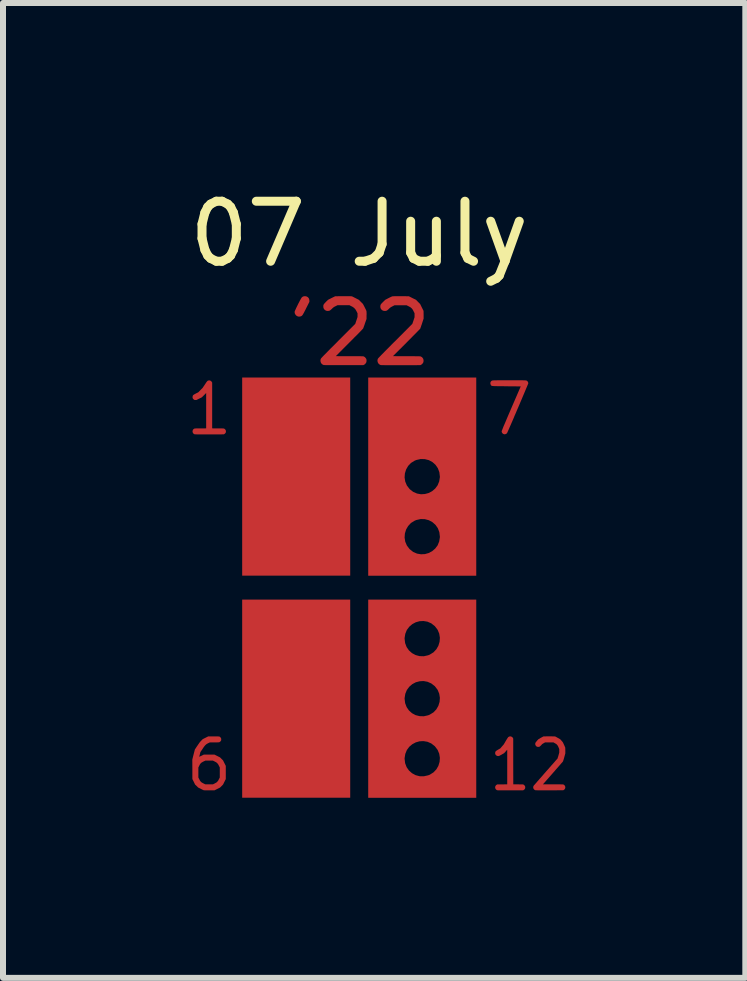
<source format=kicad_pcb>
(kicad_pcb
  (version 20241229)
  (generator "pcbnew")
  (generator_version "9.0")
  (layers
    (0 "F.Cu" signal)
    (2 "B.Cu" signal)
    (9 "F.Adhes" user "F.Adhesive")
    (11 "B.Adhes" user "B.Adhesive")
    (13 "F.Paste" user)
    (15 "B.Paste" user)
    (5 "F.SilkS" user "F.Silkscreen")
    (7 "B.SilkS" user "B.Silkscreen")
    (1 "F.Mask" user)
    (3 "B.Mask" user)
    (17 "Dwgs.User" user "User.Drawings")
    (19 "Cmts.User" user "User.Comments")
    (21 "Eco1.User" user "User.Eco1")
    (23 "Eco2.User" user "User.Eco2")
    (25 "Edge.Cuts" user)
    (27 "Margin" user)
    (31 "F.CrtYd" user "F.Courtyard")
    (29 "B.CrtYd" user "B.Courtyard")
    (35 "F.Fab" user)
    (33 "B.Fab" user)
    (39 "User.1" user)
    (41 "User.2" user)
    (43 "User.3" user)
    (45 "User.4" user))
  (footprint "07 July"
    (layer "F.Cu")
    (at 2.935 6.741)
    (property "Reference" "07 July" (at 0 -5.893 0) (unlocked yes) (layer "F.SilkS") (effects (font (size 1 1) (thickness 0.15))))
    (attr smd)
    (pad "1" smd custom (at -2.718 2.996) (size 0.01 0.01) (layers "F.Cu" "F.Mask" "F.Paste") (options (anchor circle)) (primitives (gr_poly (pts (xy 0.312 -0.518) (xy 0.329 -0.518) (xy 0.342 -0.518) (xy 0.354 -0.518) (xy 0.363 -0.517) (xy 0.37 -0.517) (xy 0.376 -0.517) (xy 0.38 -0.517) (xy 0.383 -0.516) (xy 0.385 -0.516) (xy 0.387 -0.515) (xy 0.389 -0.515) (xy 0.39 -0.514) (xy 0.399 -0.508) (xy 0.408 -0.5) (xy 0.414 -0.49) (xy 0.415 -0.489) (xy 0.417 -0.484) (xy 0.418 -0.479) (xy 0.419 -0.472) (xy 0.419 -0.468) (xy 0.418 -0.46) (xy 0.418 -0.454) (xy 0.416 -0.449) (xy 0.415 -0.447) (xy 0.408 -0.437) (xy 0.4 -0.429) (xy 0.391 -0.423) (xy 0.39 -0.422) (xy 0.388 -0.421) (xy 0.386 -0.421) (xy 0.384 -0.42) (xy 0.381 -0.42) (xy 0.376 -0.419) (xy 0.371 -0.419) (xy 0.364 -0.419) (xy 0.355 -0.418) (xy 0.344 -0.418) (xy 0.33 -0.418) (xy 0.313 -0.418) (xy 0.305 -0.418) (xy 0.227 -0.417) (xy 0.199 -0.403) (xy 0.189 -0.398) (xy 0.182 -0.394) (xy 0.176 -0.39) (xy 0.171 -0.387) (xy 0.167 -0.383) (xy 0.162 -0.379) (xy 0.157 -0.374) (xy 0.155 -0.372) (xy 0.15 -0.367) (xy 0.145 -0.362) (xy 0.141 -0.356) (xy 0.135 -0.349) (xy 0.129 -0.341) (xy 0.122 -0.331) (xy 0.114 -0.319) (xy 0.106 -0.306) (xy 0.072 -0.257) (xy 0.063 -0.219) (xy 0.06 -0.208) (xy 0.057 -0.198) (xy 0.055 -0.19) (xy 0.054 -0.184) (xy 0.053 -0.18) (xy 0.053 -0.179) (xy 0.054 -0.179) (xy 0.058 -0.18) (xy 0.064 -0.183) (xy 0.072 -0.187) (xy 0.081 -0.191) (xy 0.09 -0.195) (xy 0.128 -0.214) (xy 0.307 -0.214) (xy 0.399 -0.168) (xy 0.424 -0.143) (xy 0.449 -0.118) (xy 0.472 -0.072) (xy 0.495 -0.026) (xy 0.495 0.193) (xy 0.472 0.239) (xy 0.449 0.285) (xy 0.424 0.31) (xy 0.399 0.335) (xy 0.353 0.358) (xy 0.307 0.381) (xy 0.22 0.381) (xy 0.199 0.381) (xy 0.182 0.381) (xy 0.168 0.381) (xy 0.156 0.381) (xy 0.146 0.381) (xy 0.138 0.38) (xy 0.133 0.38) (xy 0.129 0.38) (xy 0.127 0.379) (xy 0.126 0.379) (xy 0.123 0.378) (xy 0.118 0.375) (xy 0.11 0.372) (xy 0.1 0.367) (xy 0.09 0.362) (xy 0.079 0.356) (xy 0.077 0.355) (xy 0.034 0.334) (xy 0.009 0.309) (xy -0.017 0.284) (xy -0.039 0.238) (xy -0.062 0.193) (xy -0.062 0.167) (xy 0.038 0.167) (xy 0.053 0.196) (xy 0.058 0.206) (xy 0.062 0.214) (xy 0.065 0.22) (xy 0.069 0.225) (xy 0.072 0.229) (xy 0.076 0.233) (xy 0.08 0.238) (xy 0.08 0.238) (xy 0.085 0.243) (xy 0.089 0.246) (xy 0.094 0.25) (xy 0.099 0.253) (xy 0.106 0.257) (xy 0.114 0.261) (xy 0.123 0.266) (xy 0.153 0.281) (xy 0.217 0.281) (xy 0.281 0.281) (xy 0.309 0.267) (xy 0.319 0.261) (xy 0.327 0.257) (xy 0.333 0.254) (xy 0.338 0.251) (xy 0.343 0.247) (xy 0.347 0.243) (xy 0.351 0.239) (xy 0.356 0.234) (xy 0.36 0.23) (xy 0.363 0.226) (xy 0.367 0.221) (xy 0.37 0.216) (xy 0.374 0.208) (xy 0.379 0.198) (xy 0.38 0.196) (xy 0.395 0.167) (xy 0.395 0) (xy 0.38 -0.029) (xy 0.375 -0.039) (xy 0.371 -0.047) (xy 0.367 -0.053) (xy 0.364 -0.058) (xy 0.361 -0.062) (xy 0.357 -0.066) (xy 0.353 -0.071) (xy 0.351 -0.072) (xy 0.346 -0.077) (xy 0.342 -0.081) (xy 0.337 -0.084) (xy 0.332 -0.088) (xy 0.326 -0.091) (xy 0.318 -0.095) (xy 0.309 -0.1) (xy 0.281 -0.114) (xy 0.154 -0.114) (xy 0.123 -0.099) (xy 0.113 -0.094) (xy 0.105 -0.089) (xy 0.099 -0.086) (xy 0.093 -0.083) (xy 0.089 -0.079) (xy 0.085 -0.076) (xy 0.08 -0.071) (xy 0.076 -0.067) (xy 0.072 -0.063) (xy 0.069 -0.059) (xy 0.066 -0.054) (xy 0.062 -0.048) (xy 0.058 -0.04) (xy 0.053 -0.03) (xy 0.053 -0.029) (xy 0.038 0) (xy 0.038 0.167) (xy -0.062 0.167) (xy -0.062 0.031) (xy -0.063 -0.132) (xy -0.042 -0.215) (xy -0.038 -0.231) (xy -0.034 -0.246) (xy -0.03 -0.261) (xy -0.027 -0.273) (xy -0.024 -0.284) (xy -0.022 -0.293) (xy -0.02 -0.299) (xy -0.019 -0.302) (xy -0.018 -0.303) (xy -0.017 -0.305) (xy -0.014 -0.31) (xy -0.009 -0.316) (xy -0.003 -0.325) (xy 0.003 -0.335) (xy 0.011 -0.347) (xy 0.019 -0.359) (xy 0.025 -0.367) (xy 0.034 -0.381) (xy 0.043 -0.393) (xy 0.049 -0.403) (xy 0.055 -0.411) (xy 0.06 -0.418) (xy 0.064 -0.423) (xy 0.069 -0.428) (xy 0.073 -0.433) (xy 0.077 -0.438) (xy 0.082 -0.442) (xy 0.087 -0.448) (xy 0.088 -0.449) (xy 0.111 -0.472) (xy 0.157 -0.495) (xy 0.203 -0.518) (xy 0.293 -0.518)) (width 0) (fill yes))))
    (pad "1" smd custom (at -2.515 -2.794) (size 0.01 0.01) (layers "F.Cu" "F.Mask" "F.Paste") (options (anchor circle)) (primitives (gr_poly (pts (xy 0.025 -0.658) (xy 0.037 -0.654) (xy 0.047 -0.647) (xy 0.055 -0.639) (xy 0.061 -0.629) (xy 0.065 -0.622) (xy 0.065 0.14) (xy 0.161 0.141) (xy 0.182 0.141) (xy 0.199 0.141) (xy 0.213 0.141) (xy 0.225 0.141) (xy 0.235 0.141) (xy 0.243 0.142) (xy 0.249 0.142) (xy 0.253 0.142) (xy 0.257 0.143) (xy 0.26 0.143) (xy 0.262 0.144) (xy 0.264 0.144) (xy 0.265 0.145) (xy 0.275 0.151) (xy 0.283 0.159) (xy 0.289 0.169) (xy 0.29 0.17) (xy 0.292 0.175) (xy 0.293 0.18) (xy 0.294 0.187) (xy 0.294 0.191) (xy 0.294 0.199) (xy 0.293 0.205) (xy 0.291 0.21) (xy 0.29 0.212) (xy 0.283 0.222) (xy 0.275 0.23) (xy 0.266 0.236) (xy 0.265 0.237) (xy 0.257 0.24) (xy 0.018 0.241) (xy -0.014 0.241) (xy -0.044 0.241) (xy -0.071 0.241) (xy -0.095 0.241) (xy -0.116 0.241) (xy -0.135 0.241) (xy -0.152 0.241) (xy -0.166 0.241) (xy -0.178 0.241) (xy -0.189 0.241) (xy -0.198 0.24) (xy -0.205 0.24) (xy -0.211 0.24) (xy -0.216 0.24) (xy -0.22 0.24) (xy -0.223 0.239) (xy -0.225 0.239) (xy -0.227 0.239) (xy -0.228 0.238) (xy -0.229 0.238) (xy -0.24 0.233) (xy -0.249 0.225) (xy -0.255 0.216) (xy -0.26 0.206) (xy -0.262 0.196) (xy -0.262 0.185) (xy -0.259 0.174) (xy -0.255 0.164) (xy -0.248 0.155) (xy -0.238 0.148) (xy -0.233 0.145) (xy -0.231 0.144) (xy -0.23 0.144) (xy -0.228 0.143) (xy -0.225 0.143) (xy -0.221 0.142) (xy -0.217 0.142) (xy -0.21 0.142) (xy -0.202 0.141) (xy -0.193 0.141) (xy -0.181 0.141) (xy -0.166 0.141) (xy -0.149 0.141) (xy -0.13 0.141) (xy -0.035 0.14) (xy -0.035 -0.449) (xy -0.071 -0.413) (xy -0.107 -0.377) (xy -0.198 -0.332) (xy -0.212 -0.332) (xy -0.22 -0.332) (xy -0.226 -0.333) (xy -0.231 -0.334) (xy -0.234 -0.336) (xy -0.244 -0.343) (xy -0.253 -0.352) (xy -0.258 -0.36) (xy -0.261 -0.369) (xy -0.262 -0.379) (xy -0.261 -0.39) (xy -0.259 -0.399) (xy -0.258 -0.402) (xy -0.256 -0.407) (xy -0.253 -0.411) (xy -0.249 -0.415) (xy -0.244 -0.419) (xy -0.238 -0.424) (xy -0.229 -0.428) (xy -0.219 -0.434) (xy -0.206 -0.441) (xy -0.204 -0.442) (xy -0.166 -0.461) (xy -0.131 -0.497) (xy -0.095 -0.533) (xy -0.058 -0.588) (xy -0.048 -0.603) (xy -0.04 -0.616) (xy -0.033 -0.626) (xy -0.027 -0.634) (xy -0.022 -0.64) (xy -0.018 -0.645) (xy -0.014 -0.649) (xy -0.011 -0.652) (xy -0.007 -0.654) (xy -0.003 -0.655) (xy 0.001 -0.657) (xy 0.001 -0.657) (xy 0.013 -0.659)) (width 0) (fill yes))))
    (pad "1" smd custom (at -1.448 -0.432) (size 0.01 0.01) (layers "F.Cu" "F.Mask" "F.Paste") (options (anchor circle)) (primitives (gr_poly (pts (xy 1.298 0.232) (xy -0.502 0.232) (xy -0.502 -3.069) (xy 1.298 -3.069)) (width 0) (fill yes))))
    (pad "1" smd custom (at -1.448 3.268) (size 0.01 0.01) (layers "F.Cu" "F.Mask" "F.Paste") (options (anchor circle)) (primitives (gr_poly (pts (xy 1.298 0.232) (xy -0.502 0.232) (xy -0.502 -3.069) (xy 1.298 -3.069)) (width 0) (fill yes))))
    (pad "1" smd custom (at -0.914 -4.75) (size 0.01 0.01) (layers "F.Cu" "F.Mask" "F.Paste") (options (anchor circle)) (primitives (gr_poly (pts (xy 0.028 -0.104) (xy 0.043 -0.099) (xy 0.057 -0.09) (xy 0.063 -0.085) (xy 0.074 -0.071) (xy 0.08 -0.057) (xy 0.083 -0.04) (xy 0.084 -0.031) (xy 0.084 -0.012) (xy 0.03 0.095) (xy 0.017 0.122) (xy 0.005 0.144) (xy -0.004 0.163) (xy -0.013 0.178) (xy -0.02 0.191) (xy -0.026 0.201) (xy -0.031 0.208) (xy -0.036 0.214) (xy -0.04 0.219) (xy -0.045 0.222) (xy -0.05 0.225) (xy -0.055 0.228) (xy -0.056 0.228) (xy -0.068 0.232) (xy -0.082 0.234) (xy -0.097 0.234) (xy -0.109 0.231) (xy -0.109 0.231) (xy -0.126 0.223) (xy -0.14 0.212) (xy -0.151 0.197) (xy -0.159 0.181) (xy -0.162 0.163) (xy -0.162 0.152) (xy -0.16 0.146) (xy -0.157 0.137) (xy -0.151 0.124) (xy -0.144 0.109) (xy -0.136 0.091) (xy -0.127 0.072) (xy -0.117 0.052) (xy -0.107 0.031) (xy -0.097 0.011) (xy -0.086 -0.009) (xy -0.077 -0.028) (xy -0.067 -0.045) (xy -0.059 -0.06) (xy -0.052 -0.072) (xy -0.047 -0.08) (xy -0.043 -0.085) (xy -0.031 -0.095) (xy -0.018 -0.102) (xy -0.003 -0.105) (xy 0.01 -0.106)) (width 0) (fill yes))))
    (pad "1" smd custom (at 0.076 -4.572) (size 0.01 0.01) (layers "F.Cu" "F.Mask" "F.Paste") (options (anchor circle)) (primitives (gr_poly (pts (xy -0.263 -0.284) (xy -0.244 -0.284) (xy -0.229 -0.284) (xy -0.218 -0.283) (xy -0.209 -0.283) (xy -0.203 -0.282) (xy -0.199 -0.282) (xy -0.199 -0.282) (xy -0.194 -0.28) (xy -0.185 -0.276) (xy -0.173 -0.27) (xy -0.16 -0.263) (xy -0.145 -0.256) (xy -0.136 -0.251) (xy -0.083 -0.224) (xy -0.014 -0.155) (xy 0.014 -0.102) (xy 0.021 -0.086) (xy 0.029 -0.072) (xy 0.035 -0.059) (xy 0.04 -0.048) (xy 0.043 -0.041) (xy 0.044 -0.039) (xy 0.045 -0.033) (xy 0.046 -0.025) (xy 0.046 -0.014) (xy 0.047 0.001) (xy 0.047 0.021) (xy 0.046 0.033) (xy 0.046 0.095) (xy 0.02 0.168) (xy 0.014 0.187) (xy 0.008 0.204) (xy 0.002 0.22) (xy -0.003 0.233) (xy -0.006 0.243) (xy -0.009 0.25) (xy -0.009 0.251) (xy -0.011 0.254) (xy -0.014 0.258) (xy -0.02 0.264) (xy -0.027 0.272) (xy -0.037 0.283) (xy -0.05 0.296) (xy -0.064 0.311) (xy -0.082 0.329) (xy -0.102 0.35) (xy -0.125 0.373) (xy -0.152 0.399) (xy -0.181 0.429) (xy -0.214 0.462) (xy -0.24 0.488) (xy -0.466 0.715) (xy -0.237 0.716) (xy -0.199 0.716) (xy -0.165 0.716) (xy -0.135 0.716) (xy -0.109 0.716) (xy -0.087 0.716) (xy -0.068 0.716) (xy -0.052 0.716) (xy -0.039 0.717) (xy -0.029 0.717) (xy -0.021 0.717) (xy -0.014 0.718) (xy -0.009 0.718) (xy -0.006 0.719) (xy -0.003 0.719) (xy -0.000429 0.72) (xy 0.002 0.721) (xy 0.003 0.722) (xy 0.017 0.73) (xy 0.029 0.743) (xy 0.039 0.757) (xy 0.04 0.758) (xy 0.043 0.766) (xy 0.045 0.775) (xy 0.046 0.785) (xy 0.046 0.79) (xy 0.045 0.802) (xy 0.044 0.811) (xy 0.041 0.819) (xy 0.04 0.822) (xy 0.03 0.837) (xy 0.018 0.85) (xy 0.004 0.859) (xy 0.003 0.859) (xy -0.009 0.865) (xy -0.334 0.865) (xy -0.381 0.865) (xy -0.423 0.865) (xy -0.461 0.865) (xy -0.495 0.865) (xy -0.524 0.865) (xy -0.55 0.865) (xy -0.573 0.865) (xy -0.592 0.865) (xy -0.609 0.865) (xy -0.623 0.865) (xy -0.635 0.865) (xy -0.644 0.864) (xy -0.652 0.864) (xy -0.658 0.864) (xy -0.662 0.863) (xy -0.666 0.863) (xy -0.669 0.862) (xy -0.671 0.862) (xy -0.672 0.861) (xy -0.689 0.853) (xy -0.702 0.842) (xy -0.713 0.827) (xy -0.719 0.811) (xy -0.722 0.793) (xy -0.721 0.775) (xy -0.715 0.758) (xy -0.714 0.756) (xy -0.712 0.753) (xy -0.708 0.748) (xy -0.703 0.743) (xy -0.697 0.736) (xy -0.689 0.727) (xy -0.679 0.717) (xy -0.667 0.704) (xy -0.653 0.69) (xy -0.637 0.674) (xy -0.618 0.655) (xy -0.597 0.633) (xy -0.573 0.609) (xy -0.547 0.582) (xy -0.517 0.553) (xy -0.484 0.52) (xy -0.448 0.484) (xy -0.426 0.461) (xy -0.142 0.177) (xy -0.104 0.063) (xy -0.104 0.032) (xy -0.104 0.001) (xy -0.12 -0.031) (xy -0.128 -0.045) (xy -0.134 -0.057) (xy -0.141 -0.066) (xy -0.148 -0.074) (xy -0.154 -0.081) (xy -0.162 -0.089) (xy -0.17 -0.095) (xy -0.178 -0.101) (xy -0.187 -0.107) (xy -0.2 -0.114) (xy -0.205 -0.116) (xy -0.239 -0.134) (xy -0.438 -0.134) (xy -0.471 -0.117) (xy -0.484 -0.111) (xy -0.494 -0.105) (xy -0.503 -0.099) (xy -0.511 -0.093) (xy -0.52 -0.085) (xy -0.53 -0.075) (xy -0.544 -0.062) (xy -0.555 -0.053) (xy -0.564 -0.046) (xy -0.574 -0.042) (xy -0.583 -0.04) (xy -0.594 -0.039) (xy -0.6 -0.038) (xy -0.618 -0.04) (xy -0.633 -0.045) (xy -0.647 -0.054) (xy -0.653 -0.059) (xy -0.664 -0.073) (xy -0.671 -0.087) (xy -0.674 -0.104) (xy -0.674 -0.113) (xy -0.674 -0.123) (xy -0.673 -0.133) (xy -0.67 -0.141) (xy -0.666 -0.149) (xy -0.659 -0.158) (xy -0.65 -0.169) (xy -0.638 -0.181) (xy -0.629 -0.191) (xy -0.595 -0.224) (xy -0.536 -0.254) (xy -0.476 -0.283) (xy -0.343 -0.284) (xy -0.312 -0.284) (xy -0.285 -0.284)) (width 0) (fill yes))))
    (pad "1" smd custom (at 0.381 1.016) (size 0.2 0.2) (layers "F.Cu" "F.Mask" "F.Paste") (options (anchor circle)) (primitives (gr_poly (pts (xy 1.569 2.485) (xy -0.231 2.485) (xy -0.231 1.834) (xy 0.375 1.834) (xy 0.384 1.909) (xy 0.409 1.975) (xy 0.448 2.031) (xy 0.499 2.076) (xy 0.558 2.108) (xy 0.625 2.126) (xy 0.695 2.127) (xy 0.767 2.111) (xy 0.794 2.101) (xy 0.856 2.062) (xy 0.904 2.012) (xy 0.938 1.953) (xy 0.958 1.887) (xy 0.963 1.819) (xy 0.952 1.751) (xy 0.925 1.687) (xy 0.881 1.629) (xy 0.878 1.626) (xy 0.82 1.58) (xy 0.756 1.552) (xy 0.69 1.541) (xy 0.625 1.544) (xy 0.561 1.562) (xy 0.503 1.593) (xy 0.453 1.635) (xy 0.413 1.689) (xy 0.387 1.753) (xy 0.375 1.825) (xy 0.375 1.834) (xy -0.231 1.834) (xy -0.231 0.834) (xy 0.375 0.834) (xy 0.384 0.908) (xy 0.409 0.974) (xy 0.448 1.031) (xy 0.499 1.076) (xy 0.558 1.108) (xy 0.625 1.125) (xy 0.695 1.127) (xy 0.767 1.111) (xy 0.794 1.1) (xy 0.856 1.062) (xy 0.904 1.012) (xy 0.938 0.952) (xy 0.958 0.887) (xy 0.963 0.819) (xy 0.952 0.751) (xy 0.925 0.686) (xy 0.881 0.629) (xy 0.878 0.625) (xy 0.82 0.58) (xy 0.756 0.552) (xy 0.69 0.54) (xy 0.625 0.544) (xy 0.561 0.561) (xy 0.503 0.592) (xy 0.453 0.635) (xy 0.413 0.689) (xy 0.387 0.752) (xy 0.375 0.825) (xy 0.375 0.834) (xy -0.231 0.834) (xy -0.231 -0.166) (xy 0.375 -0.166) (xy 0.384 -0.092) (xy 0.409 -0.026) (xy 0.448 0.03) (xy 0.499 0.075) (xy 0.558 0.107) (xy 0.625 0.125) (xy 0.695 0.127) (xy 0.767 0.111) (xy 0.794 0.1) (xy 0.856 0.062) (xy 0.904 0.011) (xy 0.938 -0.048) (xy 0.958 -0.114) (xy 0.963 -0.182) (xy 0.952 -0.25) (xy 0.925 -0.314) (xy 0.881 -0.372) (xy 0.878 -0.375) (xy 0.82 -0.421) (xy 0.756 -0.449) (xy 0.69 -0.46) (xy 0.625 -0.457) (xy 0.561 -0.439) (xy 0.503 -0.408) (xy 0.453 -0.365) (xy 0.413 -0.312) (xy 0.387 -0.248) (xy 0.375 -0.176) (xy 0.375 -0.166) (xy -0.231 -0.166) (xy -0.231 -0.817) (xy 1.569 -0.817)) (width 0) (fill yes))))
    (pad "1" smd custom (at 0.449 -0.508) (size 0.2 0.2) (layers "F.Cu" "F.Mask" "F.Paste") (options (anchor circle)) (primitives (gr_poly (pts (xy -0.299 -2.993) (xy 1.501 -2.993) (xy 1.501 -1.342) (xy 0.895 -1.342) (xy 0.886 -1.416) (xy 0.861 -1.482) (xy 0.822 -1.539) (xy 0.771 -1.584) (xy 0.712 -1.616) (xy 0.645 -1.633) (xy 0.575 -1.635) (xy 0.503 -1.619) (xy 0.476 -1.608) (xy 0.414 -1.57) (xy 0.366 -1.52) (xy 0.332 -1.46) (xy 0.312 -1.395) (xy 0.307 -1.327) (xy 0.318 -1.259) (xy 0.345 -1.194) (xy 0.389 -1.137) (xy 0.392 -1.133) (xy 0.45 -1.088) (xy 0.514 -1.06) (xy 0.58 -1.048) (xy 0.645 -1.052) (xy 0.709 -1.069) (xy 0.767 -1.1) (xy 0.817 -1.143) (xy 0.857 -1.197) (xy 0.883 -1.26) (xy 0.895 -1.333) (xy 0.895 -1.342) (xy 1.501 -1.342) (xy 1.501 -0.342) (xy 0.895 -0.342) (xy 0.886 -0.416) (xy 0.861 -0.482) (xy 0.822 -0.538) (xy 0.771 -0.583) (xy 0.712 -0.615) (xy 0.645 -0.633) (xy 0.575 -0.635) (xy 0.503 -0.619) (xy 0.476 -0.608) (xy 0.414 -0.57) (xy 0.366 -0.519) (xy 0.332 -0.46) (xy 0.312 -0.394) (xy 0.307 -0.326) (xy 0.318 -0.258) (xy 0.345 -0.194) (xy 0.389 -0.136) (xy 0.392 -0.133) (xy 0.45 -0.087) (xy 0.514 -0.059) (xy 0.58 -0.048) (xy 0.645 -0.051) (xy 0.709 -0.069) (xy 0.767 -0.1) (xy 0.817 -0.143) (xy 0.857 -0.196) (xy 0.883 -0.26) (xy 0.895 -0.332) (xy 0.895 -0.342) (xy 1.501 -0.342) (xy 1.501 0.309) (xy -0.299 0.309)) (width 0) (fill yes))))
    (pad "1" smd custom (at 0.965 -4.724) (size 0.01 0.01) (layers "F.Cu" "F.Mask" "F.Paste") (options (anchor circle)) (primitives (gr_poly (pts (xy -0.308 -0.132) (xy -0.277 -0.132) (xy -0.272 -0.132) (xy -0.138 -0.131) (xy -0.079 -0.101) (xy -0.019 -0.072) (xy 0.015 -0.037) (xy 0.05 -0.002) (xy 0.078 0.055) (xy 0.107 0.113) (xy 0.108 0.177) (xy 0.108 0.241) (xy 0.082 0.321) (xy 0.076 0.34) (xy 0.069 0.358) (xy 0.064 0.375) (xy 0.059 0.388) (xy 0.055 0.399) (xy 0.053 0.406) (xy 0.052 0.408) (xy 0.05 0.411) (xy 0.044 0.417) (xy 0.036 0.426) (xy 0.024 0.438) (xy 0.01 0.452) (xy -0.006 0.469) (xy -0.025 0.488) (xy -0.046 0.509) (xy -0.069 0.532) (xy -0.093 0.557) (xy -0.118 0.582) (xy -0.145 0.609) (xy -0.173 0.637) (xy -0.177 0.642) (xy -0.403 0.867) (xy -0.175 0.868) (xy -0.136 0.868) (xy -0.102 0.868) (xy -0.073 0.868) (xy -0.047 0.868) (xy -0.025 0.869) (xy -0.006 0.869) (xy 0.009 0.869) (xy 0.022 0.869) (xy 0.032 0.869) (xy 0.041 0.87) (xy 0.047 0.87) (xy 0.052 0.871) (xy 0.056 0.871) (xy 0.058 0.872) (xy 0.061 0.873) (xy 0.063 0.873) (xy 0.064 0.874) (xy 0.078 0.883) (xy 0.091 0.895) (xy 0.1 0.91) (xy 0.101 0.911) (xy 0.105 0.925) (xy 0.107 0.941) (xy 0.106 0.957) (xy 0.102 0.972) (xy 0.101 0.975) (xy 0.091 0.989) (xy 0.079 1.002) (xy 0.065 1.011) (xy 0.064 1.012) (xy 0.052 1.017) (xy -0.273 1.018) (xy -0.32 1.018) (xy -0.362 1.018) (xy -0.4 1.018) (xy -0.433 1.018) (xy -0.463 1.018) (xy -0.489 1.018) (xy -0.512 1.018) (xy -0.531 1.018) (xy -0.548 1.017) (xy -0.562 1.017) (xy -0.573 1.017) (xy -0.583 1.017) (xy -0.591 1.017) (xy -0.597 1.016) (xy -0.601 1.016) (xy -0.605 1.015) (xy -0.608 1.015) (xy -0.61 1.014) (xy -0.611 1.014) (xy -0.627 1.006) (xy -0.641 0.994) (xy -0.651 0.98) (xy -0.658 0.963) (xy -0.661 0.946) (xy -0.66 0.928) (xy -0.654 0.91) (xy -0.652 0.908) (xy -0.65 0.904) (xy -0.645 0.899) (xy -0.639 0.892) (xy -0.631 0.884) (xy -0.621 0.873) (xy -0.609 0.861) (xy -0.595 0.846) (xy -0.578 0.829) (xy -0.559 0.81) (xy -0.538 0.788) (xy -0.513 0.763) (xy -0.486 0.736) (xy -0.455 0.705) (xy -0.422 0.671) (xy -0.385 0.634) (xy -0.364 0.614) (xy -0.08 0.329) (xy -0.061 0.274) (xy -0.043 0.218) (xy -0.043 0.152) (xy -0.059 0.12) (xy -0.069 0.1) (xy -0.079 0.084) (xy -0.09 0.071) (xy -0.102 0.06) (xy -0.116 0.05) (xy -0.134 0.04) (xy -0.142 0.036) (xy -0.176 0.019) (xy -0.376 0.019) (xy -0.41 0.036) (xy -0.424 0.044) (xy -0.435 0.049) (xy -0.443 0.055) (xy -0.451 0.061) (xy -0.46 0.069) (xy -0.47 0.078) (xy -0.47 0.078) (xy -0.483 0.091) (xy -0.494 0.1) (xy -0.504 0.107) (xy -0.514 0.111) (xy -0.524 0.113) (xy -0.536 0.114) (xy -0.539 0.114) (xy -0.557 0.112) (xy -0.572 0.107) (xy -0.586 0.099) (xy -0.592 0.093) (xy -0.603 0.08) (xy -0.61 0.065) (xy -0.613 0.049) (xy -0.613 0.04) (xy -0.613 0.03) (xy -0.611 0.021) (xy -0.609 0.012) (xy -0.604 0.004) (xy -0.598 -0.005) (xy -0.588 -0.015) (xy -0.576 -0.028) (xy -0.566 -0.038) (xy -0.531 -0.072) (xy -0.479 -0.099) (xy -0.463 -0.107) (xy -0.449 -0.114) (xy -0.436 -0.12) (xy -0.425 -0.125) (xy -0.418 -0.128) (xy -0.416 -0.129) (xy -0.412 -0.13) (xy -0.406 -0.13) (xy -0.398 -0.131) (xy -0.387 -0.131) (xy -0.373 -0.132) (xy -0.355 -0.132) (xy -0.333 -0.132)) (width 0) (fill yes))))
    (pad "1" smd custom (at 2.667 3.353) (size 0.01 0.01) (layers "F.Cu" "F.Mask" "F.Paste") (options (anchor circle)) (primitives (gr_poly (pts (xy -0.137 -0.873) (xy -0.126 -0.868) (xy -0.117 -0.862) (xy -0.109 -0.853) (xy -0.105 -0.846) (xy -0.101 -0.838) (xy -0.101 -0.457) (xy -0.1 -0.076) (xy 0.062 -0.075) (xy 0.071 -0.071) (xy 0.081 -0.064) (xy 0.09 -0.054) (xy 0.095 -0.047) (xy 0.097 -0.041) (xy 0.098 -0.036) (xy 0.099 -0.029) (xy 0.099 -0.025) (xy 0.099 -0.018) (xy 0.098 -0.012) (xy 0.096 -0.007) (xy 0.095 -0.004) (xy 0.088 0.007) (xy 0.078 0.015) (xy 0.071 0.02) (xy 0.062 0.024) (xy -0.149 0.024) (xy -0.181 0.024) (xy -0.21 0.024) (xy -0.236 0.024) (xy -0.259 0.024) (xy -0.279 0.024) (xy -0.297 0.024) (xy -0.312 0.024) (xy -0.325 0.024) (xy -0.336 0.024) (xy -0.345 0.024) (xy -0.353 0.024) (xy -0.358 0.023) (xy -0.362 0.023) (xy -0.365 0.023) (xy -0.367 0.023) (xy -0.367 0.023) (xy -0.378 0.018) (xy -0.387 0.01) (xy -0.394 0.002) (xy -0.399 -0.008) (xy -0.402 -0.019) (xy -0.402 -0.03) (xy -0.4 -0.041) (xy -0.395 -0.051) (xy -0.388 -0.06) (xy -0.379 -0.068) (xy -0.373 -0.071) (xy -0.365 -0.075) (xy -0.283 -0.075) (xy -0.201 -0.076) (xy -0.201 -0.364) (xy -0.201 -0.395) (xy -0.201 -0.424) (xy -0.201 -0.453) (xy -0.201 -0.48) (xy -0.201 -0.506) (xy -0.201 -0.531) (xy -0.201 -0.553) (xy -0.201 -0.574) (xy -0.201 -0.593) (xy -0.201 -0.609) (xy -0.201 -0.623) (xy -0.201 -0.635) (xy -0.201 -0.643) (xy -0.202 -0.649) (xy -0.202 -0.652) (xy -0.202 -0.652) (xy -0.203 -0.651) (xy -0.206 -0.648) (xy -0.211 -0.643) (xy -0.216 -0.636) (xy -0.223 -0.628) (xy -0.226 -0.625) (xy -0.233 -0.617) (xy -0.239 -0.61) (xy -0.245 -0.604) (xy -0.25 -0.599) (xy -0.252 -0.596) (xy -0.253 -0.596) (xy -0.256 -0.593) (xy -0.262 -0.59) (xy -0.269 -0.586) (xy -0.278 -0.581) (xy -0.288 -0.575) (xy -0.298 -0.569) (xy -0.308 -0.564) (xy -0.317 -0.559) (xy -0.325 -0.555) (xy -0.332 -0.551) (xy -0.337 -0.549) (xy -0.338 -0.549) (xy -0.35 -0.547) (xy -0.361 -0.548) (xy -0.373 -0.551) (xy -0.383 -0.558) (xy -0.392 -0.566) (xy -0.398 -0.575) (xy -0.401 -0.585) (xy -0.402 -0.595) (xy -0.401 -0.606) (xy -0.399 -0.615) (xy -0.398 -0.618) (xy -0.395 -0.623) (xy -0.392 -0.627) (xy -0.387 -0.632) (xy -0.381 -0.636) (xy -0.374 -0.641) (xy -0.364 -0.647) (xy -0.352 -0.655) (xy -0.349 -0.656) (xy -0.316 -0.675) (xy -0.288 -0.708) (xy -0.259 -0.741) (xy -0.225 -0.799) (xy -0.216 -0.814) (xy -0.209 -0.826) (xy -0.202 -0.836) (xy -0.198 -0.844) (xy -0.193 -0.85) (xy -0.19 -0.855) (xy -0.187 -0.859) (xy -0.185 -0.861) (xy -0.183 -0.863) (xy -0.182 -0.864) (xy -0.172 -0.87) (xy -0.16 -0.874) (xy -0.149 -0.875)) (width 0) (fill yes))))
    (pad "1" smd custom (at 2.692 -3.251) (size 0.01 0.01) (layers "F.Cu" "F.Mask" "F.Paste") (options (anchor circle)) (primitives (gr_poly (pts (xy -0.139 -0.204) (xy -0.094 -0.204) (xy -0.055 -0.204) (xy -0.022 -0.204) (xy 0.006 -0.204) (xy 0.028 -0.204) (xy 0.047 -0.203) (xy 0.062 -0.203) (xy 0.073 -0.202) (xy 0.082 -0.202) (xy 0.088 -0.201) (xy 0.093 -0.2) (xy 0.096 -0.199) (xy 0.099 -0.198) (xy 0.099 -0.197) (xy 0.112 -0.187) (xy 0.121 -0.173) (xy 0.125 -0.157) (xy 0.125 -0.155) (xy 0.124 -0.15) (xy 0.12 -0.14) (xy 0.113 -0.123) (xy 0.104 -0.101) (xy 0.093 -0.075) (xy 0.08 -0.044) (xy 0.066 -0.01) (xy 0.05 0.028) (xy 0.033 0.068) (xy 0.015 0.111) (xy -0.004 0.155) (xy -0.023 0.201) (xy -0.043 0.247) (xy -0.063 0.293) (xy -0.082 0.339) (xy -0.102 0.384) (xy -0.12 0.428) (xy -0.138 0.47) (xy -0.155 0.509) (xy -0.171 0.546) (xy -0.186 0.579) (xy -0.198 0.608) (xy -0.209 0.632) (xy -0.218 0.652) (xy -0.224 0.666) (xy -0.228 0.674) (xy -0.229 0.676) (xy -0.238 0.685) (xy -0.251 0.692) (xy -0.266 0.696) (xy -0.27 0.696) (xy -0.28 0.694) (xy -0.292 0.69) (xy -0.293 0.689) (xy -0.306 0.679) (xy -0.315 0.664) (xy -0.319 0.648) (xy -0.319 0.646) (xy -0.318 0.641) (xy -0.313 0.63) (xy -0.306 0.612) (xy -0.297 0.589) (xy -0.286 0.561) (xy -0.272 0.529) (xy -0.256 0.492) (xy -0.239 0.451) (xy -0.22 0.406) (xy -0.2 0.359) (xy -0.178 0.308) (xy -0.16 0.266) (xy -0.001 -0.102) (xy -0.239 -0.104) (xy -0.288 -0.105) (xy -0.331 -0.105) (xy -0.367 -0.105) (xy -0.397 -0.106) (xy -0.422 -0.106) (xy -0.442 -0.107) (xy -0.458 -0.108) (xy -0.471 -0.109) (xy -0.48 -0.111) (xy -0.487 -0.113) (xy -0.492 -0.116) (xy -0.495 -0.119) (xy -0.498 -0.122) (xy -0.5 -0.127) (xy -0.502 -0.132) (xy -0.502 -0.132) (xy -0.507 -0.15) (xy -0.506 -0.168) (xy -0.498 -0.184) (xy -0.485 -0.196) (xy -0.482 -0.197) (xy -0.479 -0.199) (xy -0.476 -0.2) (xy -0.471 -0.201) (xy -0.465 -0.201) (xy -0.457 -0.202) (xy -0.446 -0.203) (xy -0.431 -0.203) (xy -0.413 -0.203) (xy -0.391 -0.204) (xy -0.364 -0.204) (xy -0.331 -0.204) (xy -0.293 -0.204) (xy -0.248 -0.204) (xy -0.197 -0.204) (xy -0.191 -0.204)) (width 0) (fill yes))))
    (pad "1" smd custom (at 3.277 3.327) (size 0.01 0.01) (layers "F.Cu" "F.Mask" "F.Paste") (options (anchor circle)) (primitives (gr_poly (pts (xy -0.089 -0.85) (xy -0.074 -0.85) (xy -0.06 -0.849) (xy -0.047 -0.849) (xy -0.035 -0.849) (xy -0.026 -0.849) (xy -0.019 -0.848) (xy -0.014 -0.848) (xy -0.014 -0.848) (xy -0.011 -0.847) (xy -0.005 -0.844) (xy 0.003 -0.84) (xy 0.012 -0.835) (xy 0.022 -0.829) (xy 0.032 -0.824) (xy 0.072 -0.801) (xy 0.091 -0.78) (xy 0.098 -0.772) (xy 0.104 -0.765) (xy 0.109 -0.759) (xy 0.113 -0.755) (xy 0.114 -0.752) (xy 0.116 -0.749) (xy 0.119 -0.744) (xy 0.123 -0.736) (xy 0.127 -0.727) (xy 0.132 -0.716) (xy 0.137 -0.705) (xy 0.138 -0.704) (xy 0.156 -0.661) (xy 0.157 -0.613) (xy 0.157 -0.565) (xy 0.139 -0.5) (xy 0.134 -0.483) (xy 0.13 -0.468) (xy 0.126 -0.456) (xy 0.123 -0.446) (xy 0.12 -0.439) (xy 0.118 -0.434) (xy 0.116 -0.43) (xy 0.116 -0.429) (xy 0.114 -0.427) (xy 0.111 -0.423) (xy 0.105 -0.416) (xy 0.098 -0.408) (xy 0.088 -0.397) (xy 0.078 -0.385) (xy 0.066 -0.371) (xy 0.052 -0.356) (xy 0.038 -0.339) (xy 0.022 -0.321) (xy 0.005 -0.302) (xy -0.012 -0.282) (xy -0.03 -0.261) (xy -0.049 -0.24) (xy -0.052 -0.236) (xy -0.216 -0.05) (xy -0.048 -0.05) (xy -0.021 -0.05) (xy 0.003 -0.05) (xy 0.025 -0.05) (xy 0.043 -0.05) (xy 0.059 -0.05) (xy 0.073 -0.05) (xy 0.084 -0.049) (xy 0.094 -0.049) (xy 0.102 -0.049) (xy 0.108 -0.049) (xy 0.113 -0.049) (xy 0.117 -0.048) (xy 0.12 -0.048) (xy 0.123 -0.048) (xy 0.124 -0.047) (xy 0.126 -0.047) (xy 0.127 -0.046) (xy 0.128 -0.046) (xy 0.137 -0.04) (xy 0.145 -0.032) (xy 0.152 -0.022) (xy 0.152 -0.021) (xy 0.155 -0.012) (xy 0.157 -0.001) (xy 0.156 0.01) (xy 0.153 0.019) (xy 0.152 0.021) (xy 0.146 0.031) (xy 0.138 0.039) (xy 0.128 0.046) (xy 0.128 0.046) (xy 0.12 0.049) (xy -0.108 0.05) (xy -0.141 0.05) (xy -0.171 0.05) (xy -0.197 0.05) (xy -0.221 0.05) (xy -0.242 0.05) (xy -0.261 0.05) (xy -0.277 0.05) (xy -0.292 0.05) (xy -0.304 0.05) (xy -0.314 0.049) (xy -0.322 0.049) (xy -0.329 0.049) (xy -0.334 0.049) (xy -0.338 0.049) (xy -0.341 0.048) (xy -0.342 0.048) (xy -0.343 0.048) (xy -0.354 0.043) (xy -0.363 0.035) (xy -0.371 0.026) (xy -0.376 0.015) (xy -0.378 0.003) (xy -0.378 -0.000019) (xy -0.377 -0.01) (xy -0.374 -0.02) (xy -0.369 -0.028) (xy -0.368 -0.029) (xy -0.367 -0.031) (xy -0.364 -0.035) (xy -0.358 -0.041) (xy -0.351 -0.049) (xy -0.342 -0.059) (xy -0.332 -0.071) (xy -0.32 -0.084) (xy -0.308 -0.099) (xy -0.293 -0.115) (xy -0.279 -0.132) (xy -0.263 -0.15) (xy -0.246 -0.169) (xy -0.229 -0.188) (xy -0.212 -0.208) (xy -0.194 -0.229) (xy -0.176 -0.249) (xy -0.158 -0.27) (xy -0.14 -0.29) (xy -0.122 -0.31) (xy -0.105 -0.33) (xy -0.088 -0.349) (xy -0.072 -0.368) (xy -0.056 -0.385) (xy -0.041 -0.402) (xy -0.028 -0.417) (xy -0.016 -0.431) (xy -0.005 -0.444) (xy 0.005 -0.455) (xy 0.013 -0.464) (xy 0.019 -0.471) (xy 0.024 -0.476) (xy 0.025 -0.477) (xy 0.027 -0.48) (xy 0.029 -0.485) (xy 0.031 -0.493) (xy 0.034 -0.503) (xy 0.038 -0.514) (xy 0.042 -0.527) (xy 0.042 -0.529) (xy 0.056 -0.578) (xy 0.056 -0.637) (xy 0.044 -0.666) (xy 0.039 -0.677) (xy 0.036 -0.685) (xy 0.032 -0.691) (xy 0.029 -0.696) (xy 0.026 -0.7) (xy 0.023 -0.704) (xy 0.019 -0.709) (xy 0.014 -0.714) (xy 0.01 -0.718) (xy 0.005 -0.722) (xy -0.001 -0.726) (xy -0.008 -0.73) (xy -0.017 -0.735) (xy -0.041 -0.749) (xy -0.18 -0.749) (xy -0.204 -0.735) (xy -0.213 -0.73) (xy -0.22 -0.726) (xy -0.225 -0.722) (xy -0.23 -0.719) (xy -0.234 -0.714) (xy -0.24 -0.708) (xy -0.245 -0.702) (xy -0.254 -0.693) (xy -0.262 -0.686) (xy -0.268 -0.68) (xy -0.275 -0.677) (xy -0.281 -0.675) (xy -0.289 -0.674) (xy -0.294 -0.674) (xy -0.307 -0.675) (xy -0.317 -0.678) (xy -0.326 -0.684) (xy -0.33 -0.688) (xy -0.337 -0.697) (xy -0.342 -0.707) (xy -0.344 -0.719) (xy -0.344 -0.723) (xy -0.344 -0.729) (xy -0.343 -0.735) (xy -0.341 -0.741) (xy -0.338 -0.747) (xy -0.333 -0.753) (xy -0.327 -0.761) (xy -0.319 -0.771) (xy -0.314 -0.777) (xy -0.292 -0.801) (xy -0.253 -0.824) (xy -0.242 -0.83) (xy -0.232 -0.835) (xy -0.223 -0.84) (xy -0.216 -0.844) (xy -0.21 -0.847) (xy -0.207 -0.848) (xy -0.204 -0.848) (xy -0.198 -0.849) (xy -0.189 -0.849) (xy -0.178 -0.849) (xy -0.166 -0.849) (xy -0.152 -0.85) (xy -0.137 -0.85) (xy -0.121 -0.85) (xy -0.105 -0.85)) (width 0) (fill yes)))))
  (gr_rect
    (start -3 -3)
    (end 9.368 13.242)
    (stroke (width 0.1) (type default))
    (fill no)
    (layer "Edge.Cuts")))
</source>
